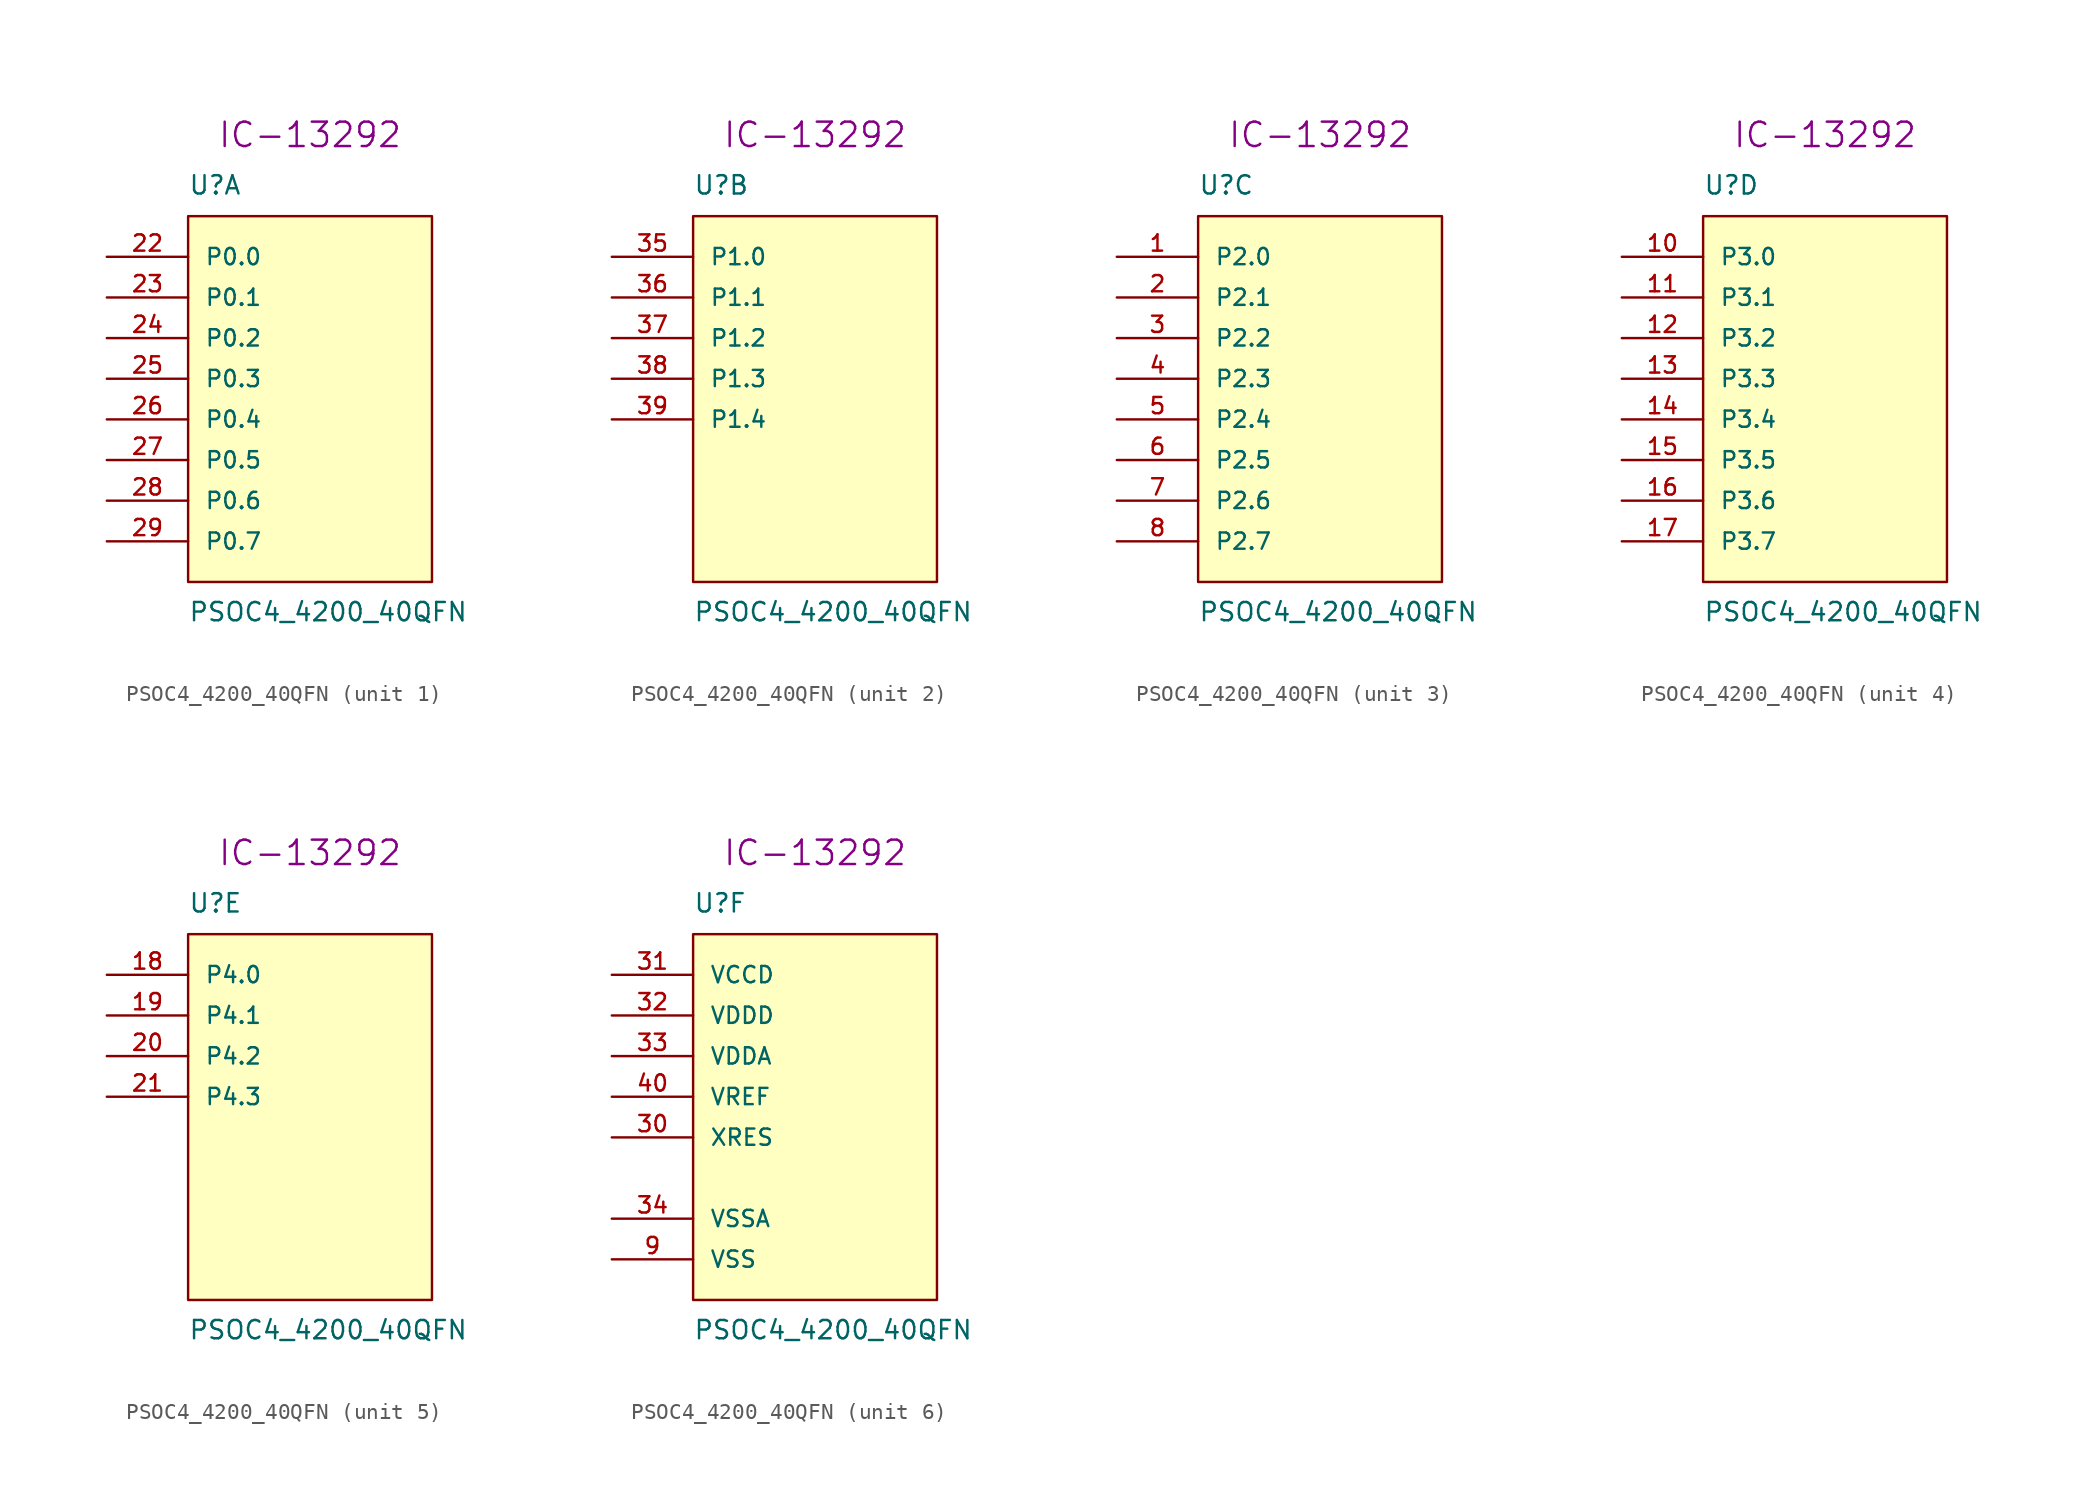
<source format=kicad_sym>
(kicad_symbol_lib
  (version 20201005)
  (generator kicad_symbol_editor)
  (symbol "PSOC4_4200_40QFN"
    (pin_names
      (offset 1.016))
    (property "Reference" "U"
      (at -7.62 12.7 0)
      (effects (font (size 1.143 1.143)) (justify left bottom)))
    (property "Value" "PSOC4_4200_40QFN"
      (at -7.62 -13.97 0)
      (effects (font (size 1.143 1.143)) (justify left bottom)))
    (property "Field4" "IC-13292"
      (at 0 16.51 0)
      (effects (font (size 1.524 1.524))))
    (property "ki_locked" ""
      (at 0 0 0)
      (effects (font (size 1.27 1.27))))
    (symbol "PSOC4_4200_40QFN_1_1"
      (rectangle (start -7.62 11.43) (end 7.62 -11.43) (stroke (width 0)) (fill (type background)))
      (pin bidirectional line (at -12.7 8.89 0) (length 5.08) (name "P0.0" (effects (font (size 1.016 1.016)))) (number "22" (effects (font (size 1.016 1.016)))))
      (pin bidirectional line (at -12.7 6.35 0) (length 5.08) (name "P0.1" (effects (font (size 1.016 1.016)))) (number "23" (effects (font (size 1.016 1.016)))))
      (pin bidirectional line (at -12.7 3.81 0) (length 5.08) (name "P0.2" (effects (font (size 1.016 1.016)))) (number "24" (effects (font (size 1.016 1.016)))))
      (pin bidirectional line (at -12.7 1.27 0) (length 5.08) (name "P0.3" (effects (font (size 1.016 1.016)))) (number "25" (effects (font (size 1.016 1.016)))))
      (pin bidirectional line (at -12.7 -1.27 0) (length 5.08) (name "P0.4" (effects (font (size 1.016 1.016)))) (number "26" (effects (font (size 1.016 1.016)))))
      (pin bidirectional line (at -12.7 -3.81 0) (length 5.08) (name "P0.5" (effects (font (size 1.016 1.016)))) (number "27" (effects (font (size 1.016 1.016)))))
      (pin bidirectional line (at -12.7 -6.35 0) (length 5.08) (name "P0.6" (effects (font (size 1.016 1.016)))) (number "28" (effects (font (size 1.016 1.016)))))
      (pin bidirectional line (at -12.7 -8.89 0) (length 5.08) (name "P0.7" (effects (font (size 1.016 1.016)))) (number "29" (effects (font (size 1.016 1.016))))))
    (symbol "PSOC4_4200_40QFN_2_1"
      (rectangle (start -7.62 11.43) (end 7.62 -11.43) (stroke (width 0)) (fill (type background)))
      (pin bidirectional line (at -12.7 8.89 0) (length 5.08) (name "P1.0" (effects (font (size 1.016 1.016)))) (number "35" (effects (font (size 1.016 1.016)))))
      (pin bidirectional line (at -12.7 6.35 0) (length 5.08) (name "P1.1" (effects (font (size 1.016 1.016)))) (number "36" (effects (font (size 1.016 1.016)))))
      (pin bidirectional line (at -12.7 3.81 0) (length 5.08) (name "P1.2" (effects (font (size 1.016 1.016)))) (number "37" (effects (font (size 1.016 1.016)))))
      (pin bidirectional line (at -12.7 1.27 0) (length 5.08) (name "P1.3" (effects (font (size 1.016 1.016)))) (number "38" (effects (font (size 1.016 1.016)))))
      (pin bidirectional line (at -12.7 -1.27 0) (length 5.08) (name "P1.4" (effects (font (size 1.016 1.016)))) (number "39" (effects (font (size 1.016 1.016))))))
    (symbol "PSOC4_4200_40QFN_3_1"
      (rectangle (start 7.62 11.43) (end -7.62 -11.43) (stroke (width 0)) (fill (type background)))
      (pin bidirectional line (at -12.7 8.89 0) (length 5.08) (name "P2.0" (effects (font (size 1.016 1.016)))) (number "1" (effects (font (size 1.016 1.016)))))
      (pin bidirectional line (at -12.7 6.35 0) (length 5.08) (name "P2.1" (effects (font (size 1.016 1.016)))) (number "2" (effects (font (size 1.016 1.016)))))
      (pin bidirectional line (at -12.7 3.81 0) (length 5.08) (name "P2.2" (effects (font (size 1.016 1.016)))) (number "3" (effects (font (size 1.016 1.016)))))
      (pin bidirectional line (at -12.7 1.27 0) (length 5.08) (name "P2.3" (effects (font (size 1.016 1.016)))) (number "4" (effects (font (size 1.016 1.016)))))
      (pin bidirectional line (at -12.7 -1.27 0) (length 5.08) (name "P2.4" (effects (font (size 1.016 1.016)))) (number "5" (effects (font (size 1.016 1.016)))))
      (pin bidirectional line (at -12.7 -3.81 0) (length 5.08) (name "P2.5" (effects (font (size 1.016 1.016)))) (number "6" (effects (font (size 1.016 1.016)))))
      (pin bidirectional line (at -12.7 -6.35 0) (length 5.08) (name "P2.6" (effects (font (size 1.016 1.016)))) (number "7" (effects (font (size 1.016 1.016)))))
      (pin bidirectional line (at -12.7 -8.89 0) (length 5.08) (name "P2.7" (effects (font (size 1.016 1.016)))) (number "8" (effects (font (size 1.016 1.016))))))
    (symbol "PSOC4_4200_40QFN_4_1"
      (rectangle (start 7.62 -11.43) (end -7.62 11.43) (stroke (width 0)) (fill (type background)))
      (pin bidirectional line (at -12.7 8.89 0) (length 5.08) (name "P3.0" (effects (font (size 1.016 1.016)))) (number "10" (effects (font (size 1.016 1.016)))))
      (pin bidirectional line (at -12.7 6.35 0) (length 5.08) (name "P3.1" (effects (font (size 1.016 1.016)))) (number "11" (effects (font (size 1.016 1.016)))))
      (pin bidirectional line (at -12.7 3.81 0) (length 5.08) (name "P3.2" (effects (font (size 1.016 1.016)))) (number "12" (effects (font (size 1.016 1.016)))))
      (pin bidirectional line (at -12.7 1.27 0) (length 5.08) (name "P3.3" (effects (font (size 1.016 1.016)))) (number "13" (effects (font (size 1.016 1.016)))))
      (pin bidirectional line (at -12.7 -1.27 0) (length 5.08) (name "P3.4" (effects (font (size 1.016 1.016)))) (number "14" (effects (font (size 1.016 1.016)))))
      (pin bidirectional line (at -12.7 -3.81 0) (length 5.08) (name "P3.5" (effects (font (size 1.016 1.016)))) (number "15" (effects (font (size 1.016 1.016)))))
      (pin bidirectional line (at -12.7 -6.35 0) (length 5.08) (name "P3.6" (effects (font (size 1.016 1.016)))) (number "16" (effects (font (size 1.016 1.016)))))
      (pin bidirectional line (at -12.7 -8.89 0) (length 5.08) (name "P3.7" (effects (font (size 1.016 1.016)))) (number "17" (effects (font (size 1.016 1.016))))))
    (symbol "PSOC4_4200_40QFN_5_1"
      (rectangle (start -7.62 11.43) (end 7.62 -11.43) (stroke (width 0)) (fill (type background)))
      (pin bidirectional line (at -12.7 3.81 0) (length 5.08) (name "P4.2" (effects (font (size 1.016 1.016)))) (number "20" (effects (font (size 1.016 1.016)))))
      (pin bidirectional line (at -12.7 1.27 0) (length 5.08) (name "P4.3" (effects (font (size 1.016 1.016)))) (number "21" (effects (font (size 1.016 1.016)))))
      (pin bidirectional line (at -12.7 8.89 0) (length 5.08) (name "P4.0" (effects (font (size 1.016 1.016)))) (number "18" (effects (font (size 1.016 1.016)))))
      (pin bidirectional line (at -12.7 6.35 0) (length 5.08) (name "P4.1" (effects (font (size 1.016 1.016)))) (number "19" (effects (font (size 1.016 1.016))))))
    (symbol "PSOC4_4200_40QFN_6_1"
      (rectangle (start -7.62 11.43) (end 7.62 -11.43) (stroke (width 0)) (fill (type background)))
      (pin bidirectional line (at -12.7 -8.89 0) (length 5.08) (name "VSS" (effects (font (size 1.016 1.016)))) (number "9" (effects (font (size 1.016 1.016)))))
      (pin bidirectional line (at -12.7 -1.27 0) (length 5.08) (name "XRES" (effects (font (size 1.016 1.016)))) (number "30" (effects (font (size 1.016 1.016)))))
      (pin bidirectional line (at -12.7 1.27 0) (length 5.08) (name "VREF" (effects (font (size 1.016 1.016)))) (number "40" (effects (font (size 1.016 1.016)))))
      (pin bidirectional line (at -12.7 8.89 0) (length 5.08) (name "VCCD" (effects (font (size 1.016 1.016)))) (number "31" (effects (font (size 1.016 1.016)))))
      (pin bidirectional line (at -12.7 6.35 0) (length 5.08) (name "VDDD" (effects (font (size 1.016 1.016)))) (number "32" (effects (font (size 1.016 1.016)))))
      (pin bidirectional line (at -12.7 3.81 0) (length 5.08) (name "VDDA" (effects (font (size 1.016 1.016)))) (number "33" (effects (font (size 1.016 1.016)))))
      (pin bidirectional line (at -12.7 -6.35 0) (length 5.08) (name "VSSA" (effects (font (size 1.016 1.016)))) (number "34" (effects (font (size 1.016 1.016)))))
      (pin bidirectional line (at -12.7 -8.89 0) (length 5.08) hide (name "VSS" (effects (font (size 1.016 1.016)))) (number "EP" (effects (font (size 1.016 1.016))))))))
</source>
